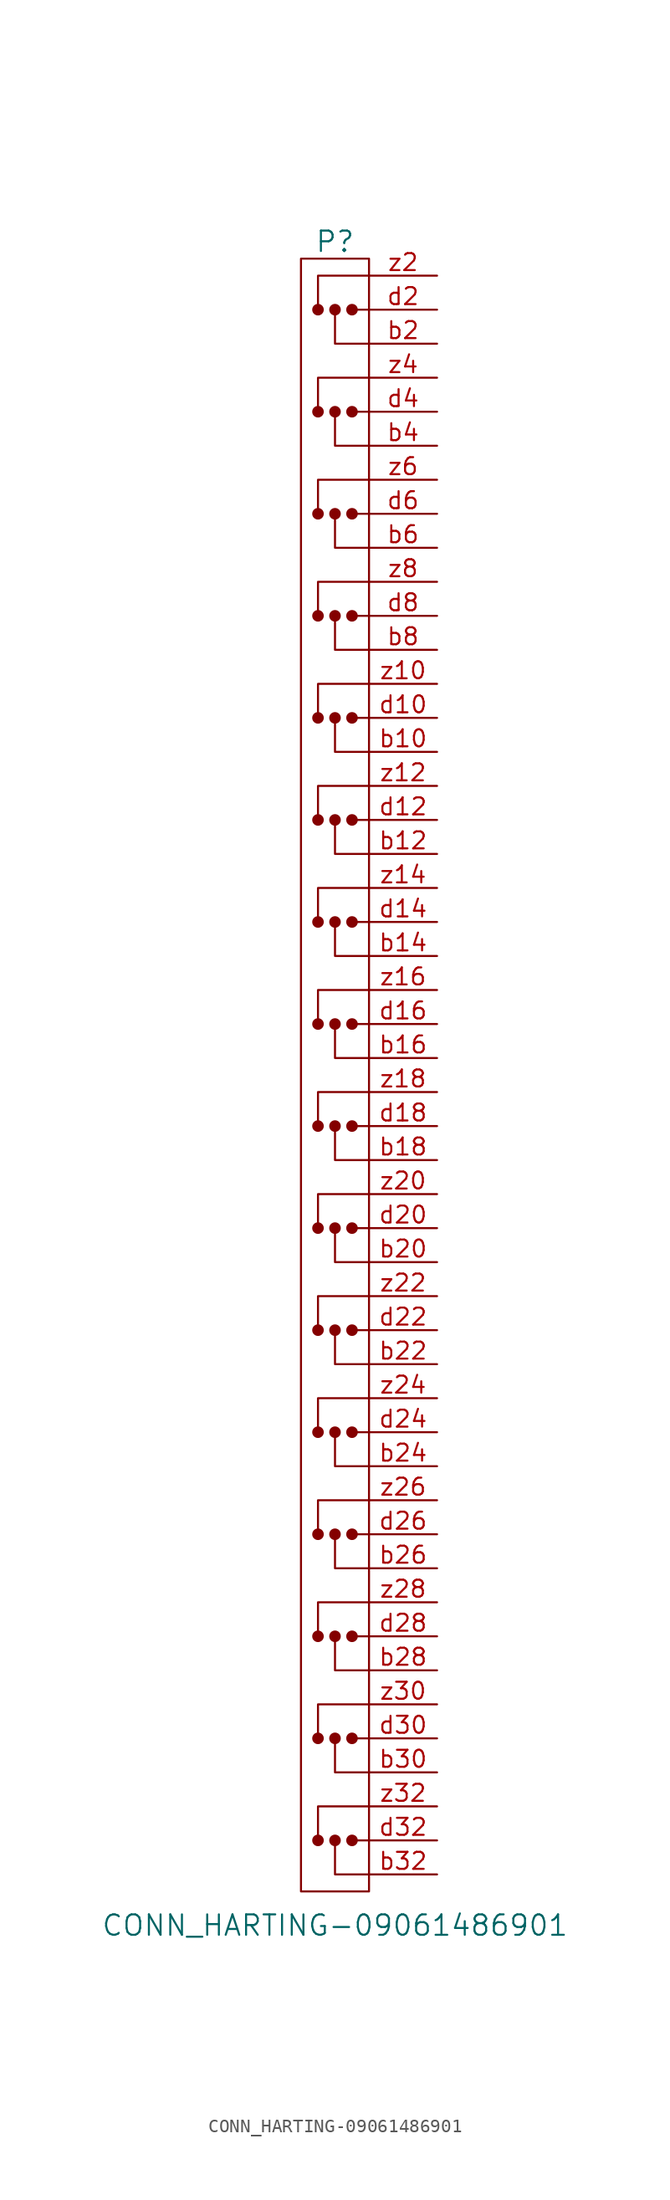
<source format=kicad_sym>
(kicad_symbol_lib
  (version 20201005)
  (generator kicad_symbol_editor)
  (symbol "CONN_HARTING-09061486901"
    (pin_names
      (offset 1.016))
    (property "Reference" "P"
      (at 0 62.23 0)
      (effects (font (size 1.524 1.524))))
    (property "Value" "CONN_HARTING-09061486901"
      (at 0 -63.5 0)
      (effects (font (size 1.524 1.524))))
    (property "Footprint" ""
      (at 8.255 29.21 0)
      (effects (font (size 1.524 1.524))))
    (property "Datasheet" ""
      (at 8.255 29.21 0)
      (effects (font (size 1.524 1.524))))
    (symbol "CONN_HARTING-09061486901_0_1"
      (circle (center -1.27 -57.15) (radius 0.356) (stroke (width 0)) (fill (type outline)))
      (circle (center -1.27 -49.53) (radius 0.356) (stroke (width 0)) (fill (type outline)))
      (circle (center -1.27 -41.91) (radius 0.356) (stroke (width 0)) (fill (type outline)))
      (circle (center -1.27 -34.29) (radius 0.356) (stroke (width 0)) (fill (type outline)))
      (circle (center -1.27 -26.67) (radius 0.356) (stroke (width 0)) (fill (type outline)))
      (circle (center -1.27 -19.05) (radius 0.356) (stroke (width 0)) (fill (type outline)))
      (circle (center -1.27 -11.43) (radius 0.356) (stroke (width 0)) (fill (type outline)))
      (circle (center -1.27 -3.81) (radius 0.356) (stroke (width 0)) (fill (type outline)))
      (circle (center -1.27 3.81) (radius 0.356) (stroke (width 0)) (fill (type outline)))
      (circle (center -1.27 11.43) (radius 0.356) (stroke (width 0)) (fill (type outline)))
      (circle (center -1.27 19.05) (radius 0.356) (stroke (width 0)) (fill (type outline)))
      (circle (center -1.27 26.67) (radius 0.356) (stroke (width 0)) (fill (type outline)))
      (circle (center -1.27 34.29) (radius 0.356) (stroke (width 0)) (fill (type outline)))
      (circle (center -1.27 41.91) (radius 0.356) (stroke (width 0)) (fill (type outline)))
      (circle (center -1.27 49.53) (radius 0.356) (stroke (width 0)) (fill (type outline)))
      (circle (center -1.27 57.15) (radius 0.356) (stroke (width 0)) (fill (type outline)))
      (circle (center 0 -57.15) (radius 0.356) (stroke (width 0)) (fill (type outline)))
      (circle (center 0 -49.53) (radius 0.356) (stroke (width 0)) (fill (type outline)))
      (circle (center 0 -41.91) (radius 0.356) (stroke (width 0)) (fill (type outline)))
      (circle (center 0 -34.29) (radius 0.356) (stroke (width 0)) (fill (type outline)))
      (circle (center 0 -26.67) (radius 0.356) (stroke (width 0)) (fill (type outline)))
      (circle (center 0 -19.05) (radius 0.356) (stroke (width 0)) (fill (type outline)))
      (circle (center 0 -11.43) (radius 0.356) (stroke (width 0)) (fill (type outline)))
      (circle (center 0 -3.81) (radius 0.356) (stroke (width 0)) (fill (type outline)))
      (circle (center 0 3.81) (radius 0.356) (stroke (width 0)) (fill (type outline)))
      (circle (center 0 11.43) (radius 0.356) (stroke (width 0)) (fill (type outline)))
      (circle (center 0 19.05) (radius 0.356) (stroke (width 0)) (fill (type outline)))
      (circle (center 0 26.67) (radius 0.356) (stroke (width 0)) (fill (type outline)))
      (circle (center 0 34.29) (radius 0.356) (stroke (width 0)) (fill (type outline)))
      (circle (center 0 41.91) (radius 0.356) (stroke (width 0)) (fill (type outline)))
      (circle (center 0 49.53) (radius 0.356) (stroke (width 0)) (fill (type outline)))
      (circle (center 0 57.15) (radius 0.356) (stroke (width 0)) (fill (type outline)))
      (circle (center 1.27 -57.15) (radius 0.356) (stroke (width 0)) (fill (type outline)))
      (circle (center 1.27 -49.53) (radius 0.356) (stroke (width 0)) (fill (type outline)))
      (circle (center 1.27 -41.91) (radius 0.356) (stroke (width 0)) (fill (type outline)))
      (circle (center 1.27 -34.29) (radius 0.356) (stroke (width 0)) (fill (type outline)))
      (circle (center 1.27 -26.67) (radius 0.356) (stroke (width 0)) (fill (type outline)))
      (circle (center 1.27 -19.05) (radius 0.356) (stroke (width 0)) (fill (type outline)))
      (circle (center 1.27 -11.43) (radius 0.356) (stroke (width 0)) (fill (type outline)))
      (circle (center 1.27 -3.81) (radius 0.356) (stroke (width 0)) (fill (type outline)))
      (circle (center 1.27 3.81) (radius 0.356) (stroke (width 0)) (fill (type outline)))
      (circle (center 1.27 11.43) (radius 0.356) (stroke (width 0)) (fill (type outline)))
      (circle (center 1.27 19.05) (radius 0.356) (stroke (width 0)) (fill (type outline)))
      (circle (center 1.27 26.67) (radius 0.356) (stroke (width 0)) (fill (type outline)))
      (circle (center 1.27 34.29) (radius 0.356) (stroke (width 0)) (fill (type outline)))
      (circle (center 1.27 41.91) (radius 0.356) (stroke (width 0)) (fill (type outline)))
      (circle (center 1.27 49.53) (radius 0.356) (stroke (width 0)) (fill (type outline)))
      (circle (center 1.27 57.15) (radius 0.356) (stroke (width 0)) (fill (type outline)))
      (rectangle (start -2.54 60.96) (end 2.54 -60.96) (stroke (width 0)) (fill (type none)))
      (polyline (pts (xy 1.27 -57.15) (xy 2.54 -57.15)) (stroke (width 0)) (fill (type none)))
      (polyline (pts (xy 1.27 -49.53) (xy 2.54 -49.53)) (stroke (width 0)) (fill (type none)))
      (polyline (pts (xy 1.27 -41.91) (xy 2.54 -41.91)) (stroke (width 0)) (fill (type none)))
      (polyline (pts (xy 1.27 -34.29) (xy 2.54 -34.29)) (stroke (width 0)) (fill (type none)))
      (polyline (pts (xy 1.27 -26.67) (xy 2.54 -26.67)) (stroke (width 0)) (fill (type none)))
      (polyline (pts (xy 1.27 -19.05) (xy 2.54 -19.05)) (stroke (width 0)) (fill (type none)))
      (polyline (pts (xy 1.27 -11.43) (xy 2.54 -11.43)) (stroke (width 0)) (fill (type none)))
      (polyline (pts (xy 1.27 -3.81) (xy 2.54 -3.81)) (stroke (width 0)) (fill (type none)))
      (polyline (pts (xy 1.27 3.81) (xy 2.54 3.81)) (stroke (width 0)) (fill (type none)))
      (polyline (pts (xy 1.27 11.43) (xy 2.54 11.43)) (stroke (width 0)) (fill (type none)))
      (polyline (pts (xy 1.27 19.05) (xy 2.54 19.05)) (stroke (width 0)) (fill (type none)))
      (polyline (pts (xy 1.27 26.67) (xy 2.54 26.67)) (stroke (width 0)) (fill (type none)))
      (polyline (pts (xy 1.27 34.29) (xy 2.54 34.29)) (stroke (width 0)) (fill (type none)))
      (polyline (pts (xy 1.27 41.91) (xy 2.54 41.91)) (stroke (width 0)) (fill (type none)))
      (polyline (pts (xy 1.27 49.53) (xy 2.54 49.53)) (stroke (width 0)) (fill (type none)))
      (polyline (pts (xy 1.27 57.15) (xy 2.54 57.15)) (stroke (width 0)) (fill (type none)))
      (polyline (pts (xy -1.27 -57.15) (xy -1.27 -54.61) (xy 2.54 -54.61)) (stroke (width 0)) (fill (type none)))
      (polyline (pts (xy -1.27 -49.53) (xy -1.27 -46.99) (xy 2.54 -46.99)) (stroke (width 0)) (fill (type none)))
      (polyline (pts (xy -1.27 -41.91) (xy -1.27 -39.37) (xy 2.54 -39.37)) (stroke (width 0)) (fill (type none)))
      (polyline (pts (xy -1.27 -34.29) (xy -1.27 -31.75) (xy 2.54 -31.75)) (stroke (width 0)) (fill (type none)))
      (polyline (pts (xy -1.27 -26.67) (xy -1.27 -24.13) (xy 2.54 -24.13)) (stroke (width 0)) (fill (type none)))
      (polyline (pts (xy -1.27 -19.05) (xy -1.27 -16.51) (xy 2.54 -16.51)) (stroke (width 0)) (fill (type none)))
      (polyline (pts (xy -1.27 -11.43) (xy -1.27 -8.89) (xy 2.54 -8.89)) (stroke (width 0)) (fill (type none)))
      (polyline (pts (xy -1.27 -3.81) (xy -1.27 -1.27) (xy 2.54 -1.27)) (stroke (width 0)) (fill (type none)))
      (polyline (pts (xy -1.27 3.81) (xy -1.27 6.35) (xy 2.54 6.35)) (stroke (width 0)) (fill (type none)))
      (polyline (pts (xy -1.27 11.43) (xy -1.27 13.97) (xy 2.54 13.97)) (stroke (width 0)) (fill (type none)))
      (polyline (pts (xy -1.27 19.05) (xy -1.27 21.59) (xy 2.54 21.59)) (stroke (width 0)) (fill (type none)))
      (polyline (pts (xy -1.27 26.67) (xy -1.27 29.21) (xy 2.54 29.21)) (stroke (width 0)) (fill (type none)))
      (polyline (pts (xy -1.27 34.29) (xy -1.27 36.83) (xy 2.54 36.83)) (stroke (width 0)) (fill (type none)))
      (polyline (pts (xy -1.27 41.91) (xy -1.27 44.45) (xy 2.54 44.45)) (stroke (width 0)) (fill (type none)))
      (polyline (pts (xy -1.27 49.53) (xy -1.27 52.07) (xy 2.54 52.07)) (stroke (width 0)) (fill (type none)))
      (polyline (pts (xy -1.27 57.15) (xy -1.27 59.69) (xy 2.54 59.69)) (stroke (width 0)) (fill (type none)))
      (polyline (pts (xy 0 -57.15) (xy 0 -59.69) (xy 2.54 -59.69)) (stroke (width 0)) (fill (type none)))
      (polyline (pts (xy 0 -49.53) (xy 0 -52.07) (xy 2.54 -52.07)) (stroke (width 0)) (fill (type none)))
      (polyline (pts (xy 0 -41.91) (xy 0 -44.45) (xy 2.54 -44.45)) (stroke (width 0)) (fill (type none)))
      (polyline (pts (xy 0 -34.29) (xy 0 -36.83) (xy 2.54 -36.83)) (stroke (width 0)) (fill (type none)))
      (polyline (pts (xy 0 -26.67) (xy 0 -29.21) (xy 2.54 -29.21)) (stroke (width 0)) (fill (type none)))
      (polyline (pts (xy 0 -19.05) (xy 0 -21.59) (xy 2.54 -21.59)) (stroke (width 0)) (fill (type none)))
      (polyline (pts (xy 0 -11.43) (xy 0 -13.97) (xy 2.54 -13.97)) (stroke (width 0)) (fill (type none)))
      (polyline (pts (xy 0 -3.81) (xy 0 -6.35) (xy 2.54 -6.35)) (stroke (width 0)) (fill (type none)))
      (polyline (pts (xy 0 3.81) (xy 0 1.27) (xy 2.54 1.27)) (stroke (width 0)) (fill (type none)))
      (polyline (pts (xy 0 11.43) (xy 0 8.89) (xy 2.54 8.89)) (stroke (width 0)) (fill (type none)))
      (polyline (pts (xy 0 19.05) (xy 0 16.51) (xy 2.54 16.51)) (stroke (width 0)) (fill (type none)))
      (polyline (pts (xy 0 26.67) (xy 0 24.13) (xy 2.54 24.13)) (stroke (width 0)) (fill (type none)))
      (polyline (pts (xy 0 34.29) (xy 0 31.75) (xy 2.54 31.75)) (stroke (width 0)) (fill (type none)))
      (polyline (pts (xy 0 41.91) (xy 0 39.37) (xy 2.54 39.37)) (stroke (width 0)) (fill (type none)))
      (polyline (pts (xy 0 49.53) (xy 0 46.99) (xy 2.54 46.99)) (stroke (width 0)) (fill (type none)))
      (polyline (pts (xy 0 57.15) (xy 0 54.61) (xy 2.54 54.61)) (stroke (width 0)) (fill (type none))))
    (symbol "CONN_HARTING-09061486901_1_1"
      (pin passive line (at 7.62 24.13 180) (length 5.08) (name "~" (effects (font (size 1.27 1.27)))) (number "b10" (effects (font (size 1.27 1.27)))))
      (pin passive line (at 7.62 16.51 180) (length 5.08) (name "~" (effects (font (size 1.27 1.27)))) (number "b12" (effects (font (size 1.27 1.27)))))
      (pin passive line (at 7.62 8.89 180) (length 5.08) (name "~" (effects (font (size 1.27 1.27)))) (number "b14" (effects (font (size 1.27 1.27)))))
      (pin passive line (at 7.62 1.27 180) (length 5.08) (name "~" (effects (font (size 1.27 1.27)))) (number "b16" (effects (font (size 1.27 1.27)))))
      (pin passive line (at 7.62 -6.35 180) (length 5.08) (name "~" (effects (font (size 1.27 1.27)))) (number "b18" (effects (font (size 1.27 1.27)))))
      (pin passive line (at 7.62 54.61 180) (length 5.08) (name "~" (effects (font (size 1.27 1.27)))) (number "b2" (effects (font (size 1.27 1.27)))))
      (pin passive line (at 7.62 -13.97 180) (length 5.08) (name "~" (effects (font (size 1.27 1.27)))) (number "b20" (effects (font (size 1.27 1.27)))))
      (pin passive line (at 7.62 -21.59 180) (length 5.08) (name "~" (effects (font (size 1.27 1.27)))) (number "b22" (effects (font (size 1.27 1.27)))))
      (pin passive line (at 7.62 -29.21 180) (length 5.08) (name "~" (effects (font (size 1.27 1.27)))) (number "b24" (effects (font (size 1.27 1.27)))))
      (pin passive line (at 7.62 -36.83 180) (length 5.08) (name "~" (effects (font (size 1.27 1.27)))) (number "b26" (effects (font (size 1.27 1.27)))))
      (pin passive line (at 7.62 -44.45 180) (length 5.08) (name "~" (effects (font (size 1.27 1.27)))) (number "b28" (effects (font (size 1.27 1.27)))))
      (pin passive line (at 7.62 -52.07 180) (length 5.08) (name "~" (effects (font (size 1.27 1.27)))) (number "b30" (effects (font (size 1.27 1.27)))))
      (pin passive line (at 7.62 -59.69 180) (length 5.08) (name "~" (effects (font (size 1.27 1.27)))) (number "b32" (effects (font (size 1.27 1.27)))))
      (pin passive line (at 7.62 46.99 180) (length 5.08) (name "~" (effects (font (size 1.27 1.27)))) (number "b4" (effects (font (size 1.27 1.27)))))
      (pin passive line (at 7.62 39.37 180) (length 5.08) (name "~" (effects (font (size 1.27 1.27)))) (number "b6" (effects (font (size 1.27 1.27)))))
      (pin passive line (at 7.62 31.75 180) (length 5.08) (name "~" (effects (font (size 1.27 1.27)))) (number "b8" (effects (font (size 1.27 1.27)))))
      (pin passive line (at 7.62 26.67 180) (length 5.08) (name "~" (effects (font (size 1.27 1.27)))) (number "d10" (effects (font (size 1.27 1.27)))))
      (pin passive line (at 7.62 19.05 180) (length 5.08) (name "~" (effects (font (size 1.27 1.27)))) (number "d12" (effects (font (size 1.27 1.27)))))
      (pin passive line (at 7.62 11.43 180) (length 5.08) (name "~" (effects (font (size 1.27 1.27)))) (number "d14" (effects (font (size 1.27 1.27)))))
      (pin passive line (at 7.62 3.81 180) (length 5.08) (name "~" (effects (font (size 1.27 1.27)))) (number "d16" (effects (font (size 1.27 1.27)))))
      (pin passive line (at 7.62 -3.81 180) (length 5.08) (name "~" (effects (font (size 1.27 1.27)))) (number "d18" (effects (font (size 1.27 1.27)))))
      (pin passive line (at 7.62 57.15 180) (length 5.08) (name "~" (effects (font (size 1.27 1.27)))) (number "d2" (effects (font (size 1.27 1.27)))))
      (pin passive line (at 7.62 -11.43 180) (length 5.08) (name "~" (effects (font (size 1.27 1.27)))) (number "d20" (effects (font (size 1.27 1.27)))))
      (pin passive line (at 7.62 -19.05 180) (length 5.08) (name "~" (effects (font (size 1.27 1.27)))) (number "d22" (effects (font (size 1.27 1.27)))))
      (pin passive line (at 7.62 -26.67 180) (length 5.08) (name "~" (effects (font (size 1.27 1.27)))) (number "d24" (effects (font (size 1.27 1.27)))))
      (pin passive line (at 7.62 -34.29 180) (length 5.08) (name "~" (effects (font (size 1.27 1.27)))) (number "d26" (effects (font (size 1.27 1.27)))))
      (pin passive line (at 7.62 -41.91 180) (length 5.08) (name "~" (effects (font (size 1.27 1.27)))) (number "d28" (effects (font (size 1.27 1.27)))))
      (pin passive line (at 7.62 -49.53 180) (length 5.08) (name "~" (effects (font (size 1.27 1.27)))) (number "d30" (effects (font (size 1.27 1.27)))))
      (pin passive line (at 7.62 -57.15 180) (length 5.08) (name "~" (effects (font (size 1.27 1.27)))) (number "d32" (effects (font (size 1.27 1.27)))))
      (pin passive line (at 7.62 49.53 180) (length 5.08) (name "~" (effects (font (size 1.27 1.27)))) (number "d4" (effects (font (size 1.27 1.27)))))
      (pin passive line (at 7.62 41.91 180) (length 5.08) (name "~" (effects (font (size 1.27 1.27)))) (number "d6" (effects (font (size 1.27 1.27)))))
      (pin passive line (at 7.62 34.29 180) (length 5.08) (name "~" (effects (font (size 1.27 1.27)))) (number "d8" (effects (font (size 1.27 1.27)))))
      (pin passive line (at 7.62 29.21 180) (length 5.08) (name "~" (effects (font (size 1.27 1.27)))) (number "z10" (effects (font (size 1.27 1.27)))))
      (pin passive line (at 7.62 21.59 180) (length 5.08) (name "~" (effects (font (size 1.27 1.27)))) (number "z12" (effects (font (size 1.27 1.27)))))
      (pin passive line (at 7.62 13.97 180) (length 5.08) (name "~" (effects (font (size 1.27 1.27)))) (number "z14" (effects (font (size 1.27 1.27)))))
      (pin passive line (at 7.62 6.35 180) (length 5.08) (name "~" (effects (font (size 1.27 1.27)))) (number "z16" (effects (font (size 1.27 1.27)))))
      (pin passive line (at 7.62 -1.27 180) (length 5.08) (name "~" (effects (font (size 1.27 1.27)))) (number "z18" (effects (font (size 1.27 1.27)))))
      (pin passive line (at 7.62 59.69 180) (length 5.08) (name "~" (effects (font (size 1.27 1.27)))) (number "z2" (effects (font (size 1.27 1.27)))))
      (pin passive line (at 7.62 -8.89 180) (length 5.08) (name "~" (effects (font (size 1.27 1.27)))) (number "z20" (effects (font (size 1.27 1.27)))))
      (pin passive line (at 7.62 -16.51 180) (length 5.08) (name "~" (effects (font (size 1.27 1.27)))) (number "z22" (effects (font (size 1.27 1.27)))))
      (pin passive line (at 7.62 -24.13 180) (length 5.08) (name "~" (effects (font (size 1.27 1.27)))) (number "z24" (effects (font (size 1.27 1.27)))))
      (pin passive line (at 7.62 -31.75 180) (length 5.08) (name "~" (effects (font (size 1.27 1.27)))) (number "z26" (effects (font (size 1.27 1.27)))))
      (pin passive line (at 7.62 -39.37 180) (length 5.08) (name "~" (effects (font (size 1.27 1.27)))) (number "z28" (effects (font (size 1.27 1.27)))))
      (pin passive line (at 7.62 -46.99 180) (length 5.08) (name "~" (effects (font (size 1.27 1.27)))) (number "z30" (effects (font (size 1.27 1.27)))))
      (pin passive line (at 7.62 -54.61 180) (length 5.08) (name "~" (effects (font (size 1.27 1.27)))) (number "z32" (effects (font (size 1.27 1.27)))))
      (pin passive line (at 7.62 52.07 180) (length 5.08) (name "~" (effects (font (size 1.27 1.27)))) (number "z4" (effects (font (size 1.27 1.27)))))
      (pin passive line (at 7.62 44.45 180) (length 5.08) (name "~" (effects (font (size 1.27 1.27)))) (number "z6" (effects (font (size 1.27 1.27)))))
      (pin passive line (at 7.62 36.83 180) (length 5.08) (name "~" (effects (font (size 1.27 1.27)))) (number "z8" (effects (font (size 1.27 1.27))))))))
</source>
